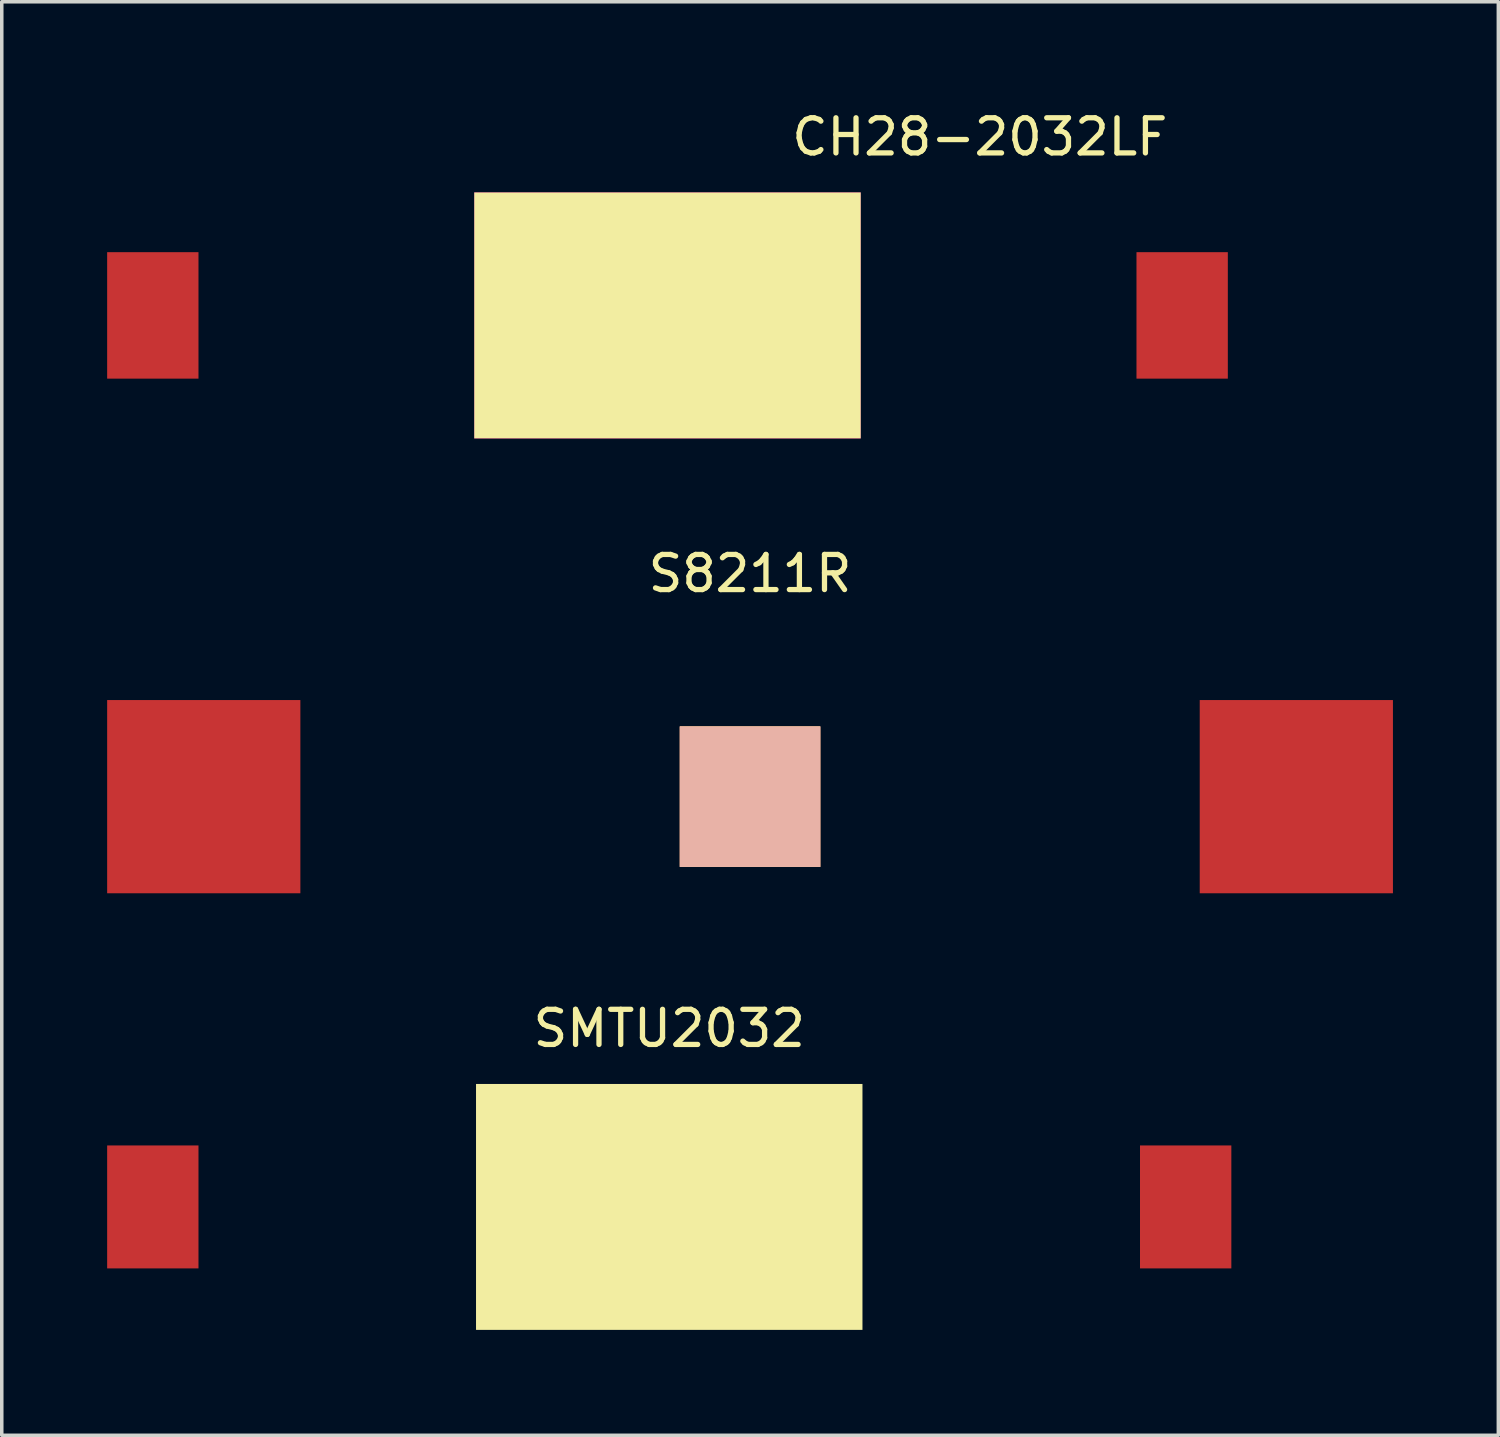
<source format=kicad_pcb>
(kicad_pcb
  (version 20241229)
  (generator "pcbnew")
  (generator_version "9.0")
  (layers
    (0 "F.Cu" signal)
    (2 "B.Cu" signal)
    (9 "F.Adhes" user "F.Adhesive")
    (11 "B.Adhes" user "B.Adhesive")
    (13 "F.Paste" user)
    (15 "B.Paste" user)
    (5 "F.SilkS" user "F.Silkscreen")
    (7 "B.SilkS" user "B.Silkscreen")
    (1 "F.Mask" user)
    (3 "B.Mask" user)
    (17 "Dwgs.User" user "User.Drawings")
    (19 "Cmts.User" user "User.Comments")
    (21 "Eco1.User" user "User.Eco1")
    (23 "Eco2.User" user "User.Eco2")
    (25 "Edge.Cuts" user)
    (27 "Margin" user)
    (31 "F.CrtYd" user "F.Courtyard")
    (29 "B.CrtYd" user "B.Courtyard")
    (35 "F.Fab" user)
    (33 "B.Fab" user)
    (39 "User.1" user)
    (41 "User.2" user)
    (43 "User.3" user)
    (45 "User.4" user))
  (footprint "S8211R"
    (layer "F.Cu")
    (at 18.3 19.627)
    (property "Reference" "S8211R" (at 0 -6.35 0) (layer "F.SilkS") (effects (font (size 1 1) (thickness 0.15))))
    (attr through_hole)
    (pad "0" smd rect (at 0 0) (size 4 4) (layers "*.SilkS" "F.Cu"))
    (pad "1" smd rect (at -15.55 0) (size 5.5 5.5) (layers "F.Cu" "F.Mask" "F.Paste"))
    (pad "1" smd rect (at 15.55 0) (size 5.5 5.5) (layers "F.Cu" "F.Mask" "F.Paste")))
  (footprint "SMTU2032"
    (layer "F.Cu")
    (at 16 31.305)
    (property "Reference" "SMTU2032" (at 0 -5.08 0) (layer "F.SilkS") (effects (font (size 1 1) (thickness 0.15))))
    (attr through_hole)
    (pad "" smd rect (at -14.7 0) (size 2.6 3.5) (layers "F.Cu" "F.Mask" "F.Paste"))
    (pad "" smd rect (at 0 0) (size 11 7) (layers "F.SilkS"))
    (pad "" smd rect (at 14.7 0) (size 2.6 3.5) (layers "F.Cu" "F.Mask" "F.Paste")))
  (footprint "CH28-2032LF"
    (layer "F.Cu")
    (at 15.95 5.928)
    (property "Reference" "CH28-2032LF" (at 8.89 -5.08 0) (layer "F.SilkS") (effects (font (size 1 1) (thickness 0.15))))
    (attr through_hole)
    (pad "" smd rect (at -14.65 0) (size 2.6 3.6) (layers "*.Mask" "F.Cu"))
    (pad "" smd rect (at 0 0) (size 11 7) (layers "F.Cu" "F.SilkS" "F.Adhes"))
    (pad "" smd rect (at 14.65 0) (size 2.6 3.6) (layers "*.Mask" "F.Cu")))
  (gr_rect
    (start -3 -3)
    (end 39.6 37.805)
    (stroke (width 0.1) (type default))
    (fill no)
    (layer "Edge.Cuts")))
</source>
